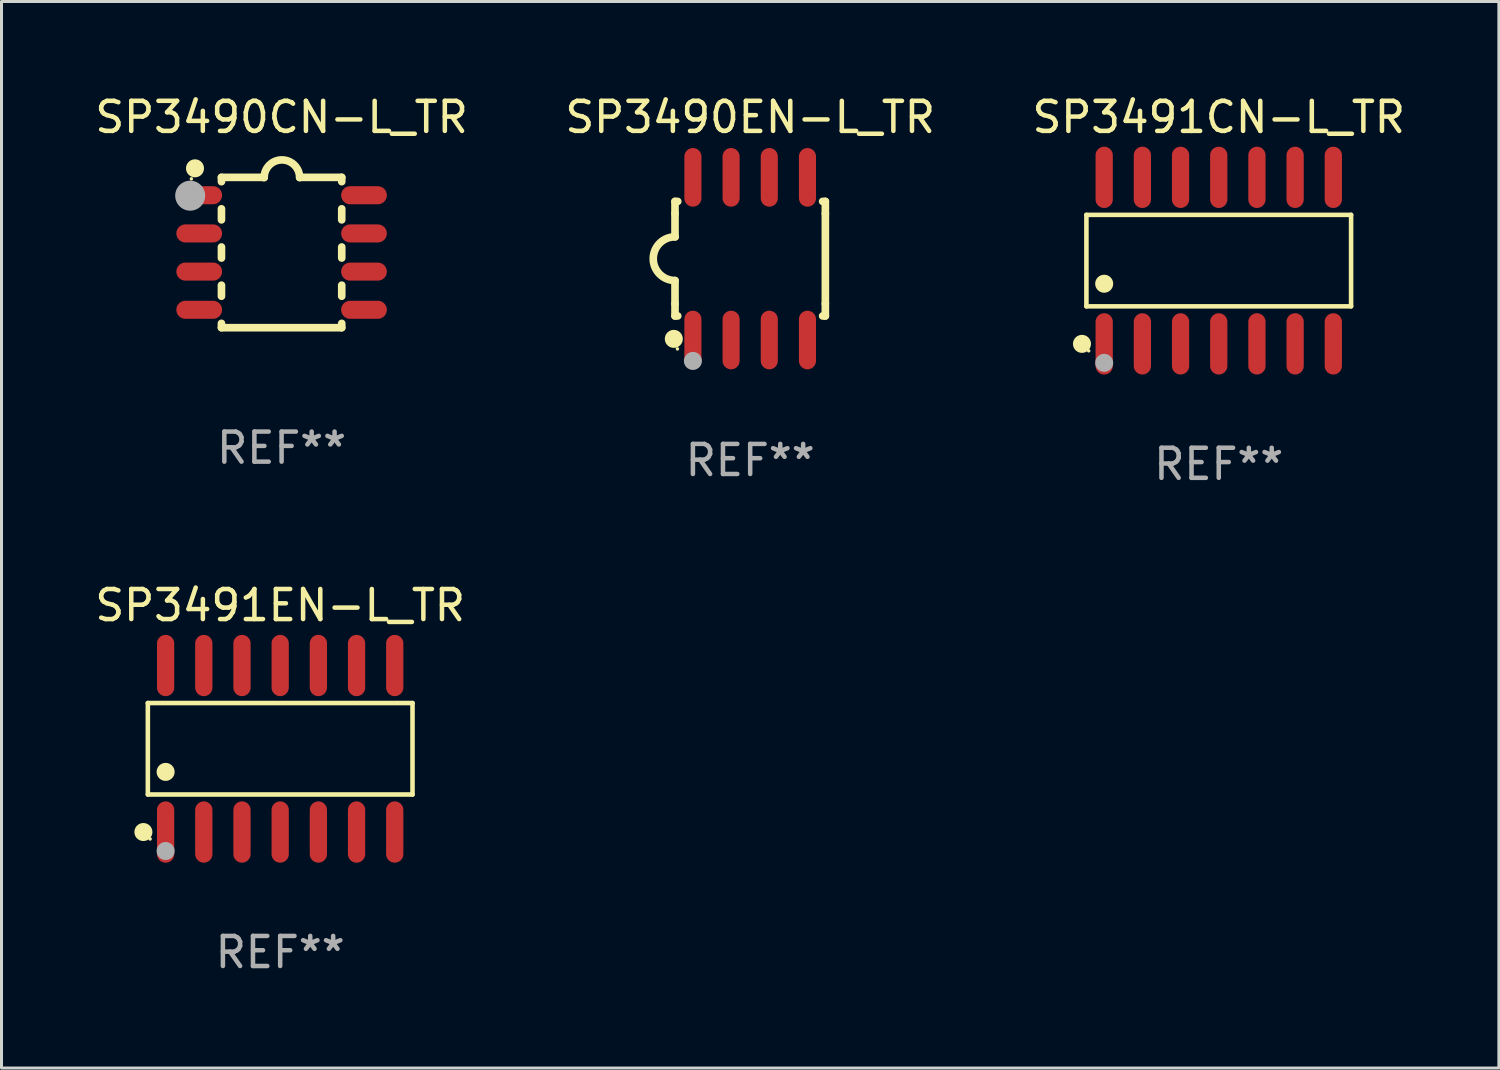
<source format=kicad_pcb>
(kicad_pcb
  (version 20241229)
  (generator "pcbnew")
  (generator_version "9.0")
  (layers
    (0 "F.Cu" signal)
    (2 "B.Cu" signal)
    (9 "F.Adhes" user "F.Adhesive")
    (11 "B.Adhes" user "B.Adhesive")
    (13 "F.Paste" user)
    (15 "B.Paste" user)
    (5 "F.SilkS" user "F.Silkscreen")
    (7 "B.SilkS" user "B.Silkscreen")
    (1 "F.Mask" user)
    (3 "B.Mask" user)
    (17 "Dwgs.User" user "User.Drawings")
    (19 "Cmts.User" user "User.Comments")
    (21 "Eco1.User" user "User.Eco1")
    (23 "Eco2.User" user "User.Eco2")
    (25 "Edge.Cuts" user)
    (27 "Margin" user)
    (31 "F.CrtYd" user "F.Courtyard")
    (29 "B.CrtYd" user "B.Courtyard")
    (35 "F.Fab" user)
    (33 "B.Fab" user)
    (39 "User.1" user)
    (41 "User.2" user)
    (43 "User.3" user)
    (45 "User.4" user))
  (footprint "SP3490EN-L_TR"
    (layer "F.Cu")
    (at 21.899 5.553)
    (property "Reference" "SP3490EN-L_TR" (at 0 -4.705 0) (layer "F.SilkS") (effects (font (size 1 1) (thickness 0.15))))
    (attr through_hole)
    (fp_line (start -2.5 -1.905) (end -2.409 -1.905) (stroke (width 0.254) (type solid)) (layer "F.SilkS"))
    (fp_line (start -2.5 -1.5) (end -2.5 -1.905) (stroke (width 0.254) (type solid)) (layer "F.SilkS"))
    (fp_line (start -2.5 -1.5) (end -2.5 -0.726) (stroke (width 0.254) (type solid)) (layer "F.SilkS"))
    (fp_line (start -2.5 1.5) (end -2.5 0.727) (stroke (width 0.254) (type solid)) (layer "F.SilkS"))
    (fp_line (start -2.5 1.5) (end -2.5 1.905) (stroke (width 0.254) (type solid)) (layer "F.SilkS"))
    (fp_line (start -2.5 1.905) (end -2.409 1.905) (stroke (width 0.254) (type solid)) (layer "F.SilkS"))
    (fp_line (start 2.5 -1.905) (end 2.409 -1.905) (stroke (width 0.254) (type solid)) (layer "F.SilkS"))
    (fp_line (start 2.5 -1.5) (end 2.5 -1.905) (stroke (width 0.254) (type solid)) (layer "F.SilkS"))
    (fp_line (start 2.5 -1.5) (end 2.5 1.5) (stroke (width 0.254) (type solid)) (layer "F.SilkS"))
    (fp_line (start 2.5 1.5) (end 2.5 1.905) (stroke (width 0.254) (type solid)) (layer "F.SilkS"))
    (fp_line (start 2.5 1.905) (end 2.409 1.905) (stroke (width 0.254) (type solid)) (layer "F.SilkS"))
    (fp_arc (start -2.5 0.726568) (mid -3.220316 -0.0023) (end -2.495097 -0.726289) (stroke (width 0.254001) (type solid)) (layer "F.SilkS"))
    (fp_circle (center -2.54 2.667) (end -2.39 2.667) (stroke (width 0.3) (type solid)) (fill no) (layer "F.SilkS"))
    (fp_circle (center -2.42 3) (end -2.39 3) (stroke (width 0.06) (type solid)) (fill no) (layer "F.SilkS"))
    (fp_circle (center -1.905 3.4) (end -1.755 3.4) (stroke (width 0.3) (type solid)) (fill no) (layer "F.Fab"))
    (fp_text user "REF**" (at 0 6.705 0) (layer "F.Fab") (effects (font (size 1 1) (thickness 0.15))))
    (pad "1" smd oval (at -1.905 2.705) (size 0.568 1.95) (layers "F.Cu" "F.Mask" "F.Paste"))
    (pad "2" smd oval (at -0.635 2.705) (size 0.568 1.95) (layers "F.Cu" "F.Mask" "F.Paste"))
    (pad "3" smd oval (at 0.635 2.705) (size 0.568 1.95) (layers "F.Cu" "F.Mask" "F.Paste"))
    (pad "4" smd oval (at 1.905 2.705) (size 0.568 1.95) (layers "F.Cu" "F.Mask" "F.Paste"))
    (pad "5" smd oval (at 1.905 -2.705) (size 0.568 1.95) (layers "F.Cu" "F.Mask" "F.Paste"))
    (pad "6" smd oval (at 0.635 -2.705) (size 0.568 1.95) (layers "F.Cu" "F.Mask" "F.Paste"))
    (pad "7" smd oval (at -0.635 -2.705) (size 0.568 1.95) (layers "F.Cu" "F.Mask" "F.Paste"))
    (pad "8" smd oval (at -1.905 -2.705) (size 0.568 1.95) (layers "F.Cu" "F.Mask" "F.Paste")))
  (footprint "SP3491CN-L_TR"
    (layer "F.Cu")
    (at 37.482 5.617)
    (property "Reference" "SP3491CN-L_TR" (at 0 -4.769 0) (layer "F.SilkS") (effects (font (size 1 1) (thickness 0.15))))
    (attr through_hole)
    (fp_line (start -4.401 -1.521) (end 4.401 -1.521) (stroke (width 0.152) (type solid)) (layer "F.SilkS"))
    (fp_line (start -4.401 1.521) (end -4.401 -1.521) (stroke (width 0.152) (type solid)) (layer "F.SilkS"))
    (fp_line (start 4.401 -1.521) (end 4.401 1.521) (stroke (width 0.152) (type solid)) (layer "F.SilkS"))
    (fp_line (start 4.401 1.521) (end -4.401 1.521) (stroke (width 0.152) (type solid)) (layer "F.SilkS"))
    (fp_circle (center -4.549 2.769) (end -4.399 2.769) (stroke (width 0.3) (type solid)) (fill no) (layer "F.SilkS"))
    (fp_circle (center -4.325 3) (end -4.295 3) (stroke (width 0.06) (type solid)) (fill no) (layer "F.SilkS"))
    (fp_circle (center -3.81 0.769) (end -3.66 0.769) (stroke (width 0.3) (type solid)) (fill no) (layer "F.SilkS"))
    (fp_circle (center -3.81 3.4) (end -3.66 3.4) (stroke (width 0.3) (type solid)) (fill no) (layer "F.Fab"))
    (fp_text user "REF**" (at 0 6.769 0) (layer "F.Fab") (effects (font (size 1 1) (thickness 0.15))))
    (pad "1" smd oval (at -3.81 2.769) (size 0.574 2.038) (layers "F.Cu" "F.Mask" "F.Paste"))
    (pad "2" smd oval (at -2.54 2.769) (size 0.574 2.038) (layers "F.Cu" "F.Mask" "F.Paste"))
    (pad "3" smd oval (at -1.27 2.769) (size 0.574 2.038) (layers "F.Cu" "F.Mask" "F.Paste"))
    (pad "4" smd oval (at 0 2.769) (size 0.574 2.038) (layers "F.Cu" "F.Mask" "F.Paste"))
    (pad "5" smd oval (at 1.27 2.769) (size 0.574 2.038) (layers "F.Cu" "F.Mask" "F.Paste"))
    (pad "6" smd oval (at 2.54 2.769) (size 0.574 2.038) (layers "F.Cu" "F.Mask" "F.Paste"))
    (pad "7" smd oval (at 3.81 2.769) (size 0.574 2.038) (layers "F.Cu" "F.Mask" "F.Paste"))
    (pad "8" smd oval (at 3.81 -2.769) (size 0.574 2.038) (layers "F.Cu" "F.Mask" "F.Paste"))
    (pad "9" smd oval (at 2.54 -2.769) (size 0.574 2.038) (layers "F.Cu" "F.Mask" "F.Paste"))
    (pad "10" smd oval (at 1.27 -2.769) (size 0.574 2.038) (layers "F.Cu" "F.Mask" "F.Paste"))
    (pad "11" smd oval (at 0 -2.769) (size 0.574 2.038) (layers "F.Cu" "F.Mask" "F.Paste"))
    (pad "12" smd oval (at -1.27 -2.769) (size 0.574 2.038) (layers "F.Cu" "F.Mask" "F.Paste"))
    (pad "13" smd oval (at -2.54 -2.769) (size 0.574 2.038) (layers "F.Cu" "F.Mask" "F.Paste"))
    (pad "14" smd oval (at -3.81 -2.769) (size 0.574 2.038) (layers "F.Cu" "F.Mask" "F.Paste")))
  (footprint "SP3490CN-L_TR"
    (layer "F.Cu")
    (at 6.315 5.348)
    (property "Reference" "SP3490CN-L_TR" (at 0 -4.5 0) (layer "F.SilkS") (effects (font (size 1 1) (thickness 0.15))))
    (attr through_hole)
    (fp_line (start -2 -2.5) (end -2 -2.356) (stroke (width 0.254) (type solid)) (layer "F.SilkS"))
    (fp_line (start -2 -1.454) (end -2 -1.086) (stroke (width 0.254) (type solid)) (layer "F.SilkS"))
    (fp_line (start -2 -0.184) (end -2 0.184) (stroke (width 0.254) (type solid)) (layer "F.SilkS"))
    (fp_line (start -2 1.086) (end -2 1.454) (stroke (width 0.254) (type solid)) (layer "F.SilkS"))
    (fp_line (start -2 2.356) (end -2 2.5) (stroke (width 0.254) (type solid)) (layer "F.SilkS"))
    (fp_line (start -0.58 -2.5) (end -2 -2.5) (stroke (width 0.254) (type solid)) (layer "F.SilkS"))
    (fp_line (start 2 -2.5) (end 0.6 -2.5) (stroke (width 0.254) (type solid)) (layer "F.SilkS"))
    (fp_line (start 2 -2.5) (end 2 -2.356) (stroke (width 0.254) (type solid)) (layer "F.SilkS"))
    (fp_line (start 2 -1.454) (end 2 -1.086) (stroke (width 0.254) (type solid)) (layer "F.SilkS"))
    (fp_line (start 2 -0.184) (end 2 0.184) (stroke (width 0.254) (type solid)) (layer "F.SilkS"))
    (fp_line (start 2 1.086) (end 2 1.454) (stroke (width 0.254) (type solid)) (layer "F.SilkS"))
    (fp_line (start 2 2.356) (end 2 2.5) (stroke (width 0.254) (type solid)) (layer "F.SilkS"))
    (fp_line (start 2 2.5) (end -2 2.5) (stroke (width 0.254) (type solid)) (layer "F.SilkS"))
    (fp_arc (start -0.579908 -2.489992) (mid 0.010097 -3.07831) (end 0.600102 -2.489992) (stroke (width 0.254001) (type solid)) (layer "F.SilkS"))
    (fp_circle (center -3 -2.45) (end -2.97 -2.45) (stroke (width 0.06) (type solid)) (fill no) (layer "F.SilkS"))
    (fp_circle (center -2.88 -2.8) (end -2.73 -2.8) (stroke (width 0.3) (type solid)) (fill no) (layer "F.SilkS"))
    (fp_circle (center -3.04 -1.89) (end -2.79 -1.89) (stroke (width 0.5) (type solid)) (fill no) (layer "F.Fab"))
    (fp_text user "REF**" (at 0 6.5 0) (layer "F.Fab") (effects (font (size 1 1) (thickness 0.15))))
    (pad "1" smd oval (at -2.74 -1.905 90) (size 0.6 1.52) (layers "F.Cu" "F.Mask" "F.Paste"))
    (pad "2" smd oval (at -2.74 -0.635 90) (size 0.6 1.52) (layers "F.Cu" "F.Mask" "F.Paste"))
    (pad "3" smd oval (at -2.74 0.635 90) (size 0.6 1.52) (layers "F.Cu" "F.Mask" "F.Paste"))
    (pad "4" smd oval (at -2.74 1.905 90) (size 0.6 1.52) (layers "F.Cu" "F.Mask" "F.Paste"))
    (pad "5" smd oval (at 2.74 1.905 90) (size 0.6 1.52) (layers "F.Cu" "F.Mask" "F.Paste"))
    (pad "6" smd oval (at 2.74 0.635 90) (size 0.6 1.52) (layers "F.Cu" "F.Mask" "F.Paste"))
    (pad "7" smd oval (at 2.74 -0.635 90) (size 0.6 1.52) (layers "F.Cu" "F.Mask" "F.Paste"))
    (pad "8" smd oval (at 2.74 -1.905 90) (size 0.6 1.52) (layers "F.Cu" "F.Mask" "F.Paste")))
  (footprint "SP3491EN-L_TR"
    (layer "F.Cu")
    (at 6.268 21.852)
    (property "Reference" "SP3491EN-L_TR" (at 0 -4.769 0) (layer "F.SilkS") (effects (font (size 1 1) (thickness 0.15))))
    (attr through_hole)
    (fp_line (start -4.401 -1.521) (end 4.401 -1.521) (stroke (width 0.152) (type solid)) (layer "F.SilkS"))
    (fp_line (start -4.401 1.521) (end -4.401 -1.521) (stroke (width 0.152) (type solid)) (layer "F.SilkS"))
    (fp_line (start 4.401 -1.521) (end 4.401 1.521) (stroke (width 0.152) (type solid)) (layer "F.SilkS"))
    (fp_line (start 4.401 1.521) (end -4.401 1.521) (stroke (width 0.152) (type solid)) (layer "F.SilkS"))
    (fp_circle (center -4.549 2.769) (end -4.399 2.769) (stroke (width 0.3) (type solid)) (fill no) (layer "F.SilkS"))
    (fp_circle (center -4.325 3) (end -4.295 3) (stroke (width 0.06) (type solid)) (fill no) (layer "F.SilkS"))
    (fp_circle (center -3.81 0.769) (end -3.66 0.769) (stroke (width 0.3) (type solid)) (fill no) (layer "F.SilkS"))
    (fp_circle (center -3.81 3.4) (end -3.66 3.4) (stroke (width 0.3) (type solid)) (fill no) (layer "F.Fab"))
    (fp_text user "REF**" (at 0 6.769 0) (layer "F.Fab") (effects (font (size 1 1) (thickness 0.15))))
    (pad "1" smd oval (at -3.81 2.769) (size 0.574 2.038) (layers "F.Cu" "F.Mask" "F.Paste"))
    (pad "2" smd oval (at -2.54 2.769) (size 0.574 2.038) (layers "F.Cu" "F.Mask" "F.Paste"))
    (pad "3" smd oval (at -1.27 2.769) (size 0.574 2.038) (layers "F.Cu" "F.Mask" "F.Paste"))
    (pad "4" smd oval (at 0 2.769) (size 0.574 2.038) (layers "F.Cu" "F.Mask" "F.Paste"))
    (pad "5" smd oval (at 1.27 2.769) (size 0.574 2.038) (layers "F.Cu" "F.Mask" "F.Paste"))
    (pad "6" smd oval (at 2.54 2.769) (size 0.574 2.038) (layers "F.Cu" "F.Mask" "F.Paste"))
    (pad "7" smd oval (at 3.81 2.769) (size 0.574 2.038) (layers "F.Cu" "F.Mask" "F.Paste"))
    (pad "8" smd oval (at 3.81 -2.769) (size 0.574 2.038) (layers "F.Cu" "F.Mask" "F.Paste"))
    (pad "9" smd oval (at 2.54 -2.769) (size 0.574 2.038) (layers "F.Cu" "F.Mask" "F.Paste"))
    (pad "10" smd oval (at 1.27 -2.769) (size 0.574 2.038) (layers "F.Cu" "F.Mask" "F.Paste"))
    (pad "11" smd oval (at 0 -2.769) (size 0.574 2.038) (layers "F.Cu" "F.Mask" "F.Paste"))
    (pad "12" smd oval (at -1.27 -2.769) (size 0.574 2.038) (layers "F.Cu" "F.Mask" "F.Paste"))
    (pad "13" smd oval (at -2.54 -2.769) (size 0.574 2.038) (layers "F.Cu" "F.Mask" "F.Paste"))
    (pad "14" smd oval (at -3.81 -2.769) (size 0.574 2.038) (layers "F.Cu" "F.Mask" "F.Paste")))
  (gr_rect
    (start -3 -3)
    (end 46.798 32.469)
    (stroke (width 0.1) (type default))
    (fill no)
    (layer "Edge.Cuts")))
</source>
